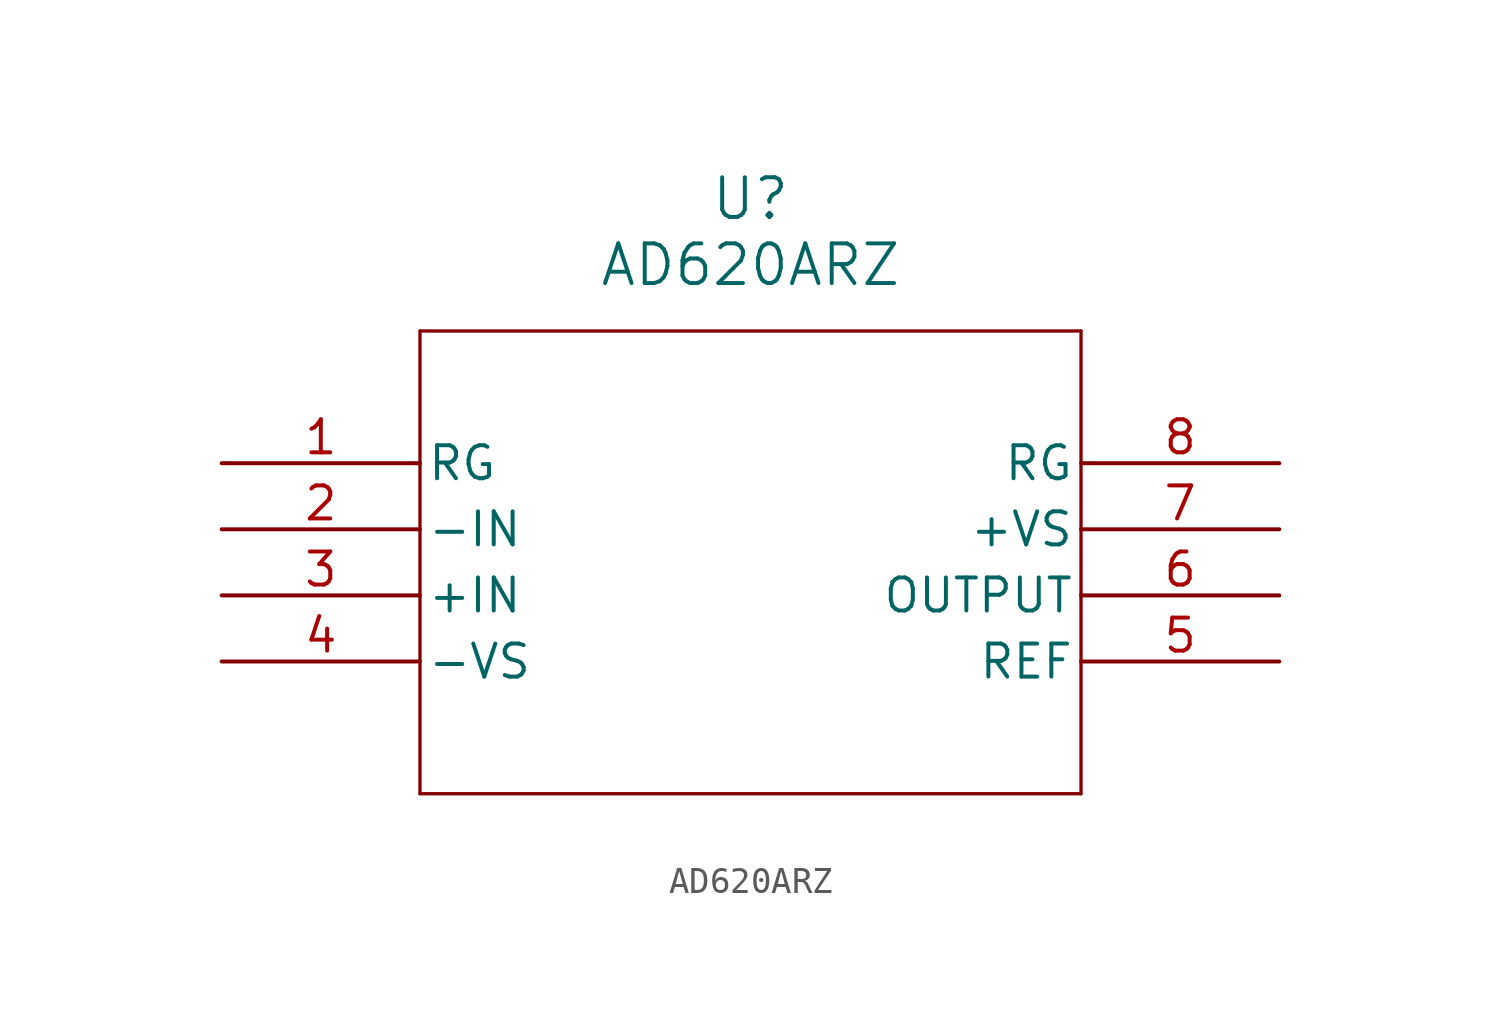
<source format=kicad_sym>
(kicad_symbol_lib
  (version 20211014)
  (generator kicad_symbol_editor)
  (symbol "AD620ARZ"
    (pin_names
      (offset 0.254))
    (property "Reference" "U"
      (at 20.32 10.16 0)
      (effects (font (size 1.524 1.524))))
    (property "Value" "AD620ARZ"
      (at 20.32 7.62 0)
      (effects (font (size 1.524 1.524))))
    (symbol "AD620ARZ_0_1"
      (polyline (pts (xy 7.62 5.08) (xy 7.62 -12.7)) (stroke (width 0.127) (type default) (color 0 0 0 0)) (fill (type none)))
      (polyline (pts (xy 7.62 -12.7) (xy 33.02 -12.7)) (stroke (width 0.127) (type default) (color 0 0 0 0)) (fill (type none)))
      (polyline (pts (xy 33.02 -12.7) (xy 33.02 5.08)) (stroke (width 0.127) (type default) (color 0 0 0 0)) (fill (type none)))
      (polyline (pts (xy 33.02 5.08) (xy 7.62 5.08)) (stroke (width 0.127) (type default) (color 0 0 0 0)) (fill (type none)))
      (pin unspecified line (at 0 0 0) (length 7.62) (name "RG" (effects (font (size 1.27 1.27)))) (number "1" (effects (font (size 1.27 1.27)))))
      (pin unspecified line (at 0 -2.54 0) (length 7.62) (name "-IN" (effects (font (size 1.27 1.27)))) (number "2" (effects (font (size 1.27 1.27)))))
      (pin unspecified line (at 0 -5.08 0) (length 7.62) (name "+IN" (effects (font (size 1.27 1.27)))) (number "3" (effects (font (size 1.27 1.27)))))
      (pin power_in line (at 0 -7.62 0) (length 7.62) (name "-VS" (effects (font (size 1.27 1.27)))) (number "4" (effects (font (size 1.27 1.27)))))
      (pin unspecified line (at 40.64 -7.62 180) (length 7.62) (name "REF" (effects (font (size 1.27 1.27)))) (number "5" (effects (font (size 1.27 1.27)))))
      (pin unspecified line (at 40.64 -5.08 180) (length 7.62) (name "OUTPUT" (effects (font (size 1.27 1.27)))) (number "6" (effects (font (size 1.27 1.27)))))
      (pin power_in line (at 40.64 -2.54 180) (length 7.62) (name "+VS" (effects (font (size 1.27 1.27)))) (number "7" (effects (font (size 1.27 1.27)))))
      (pin unspecified line (at 40.64 0 180) (length 7.62) (name "RG" (effects (font (size 1.27 1.27)))) (number "8" (effects (font (size 1.27 1.27))))))))
</source>
